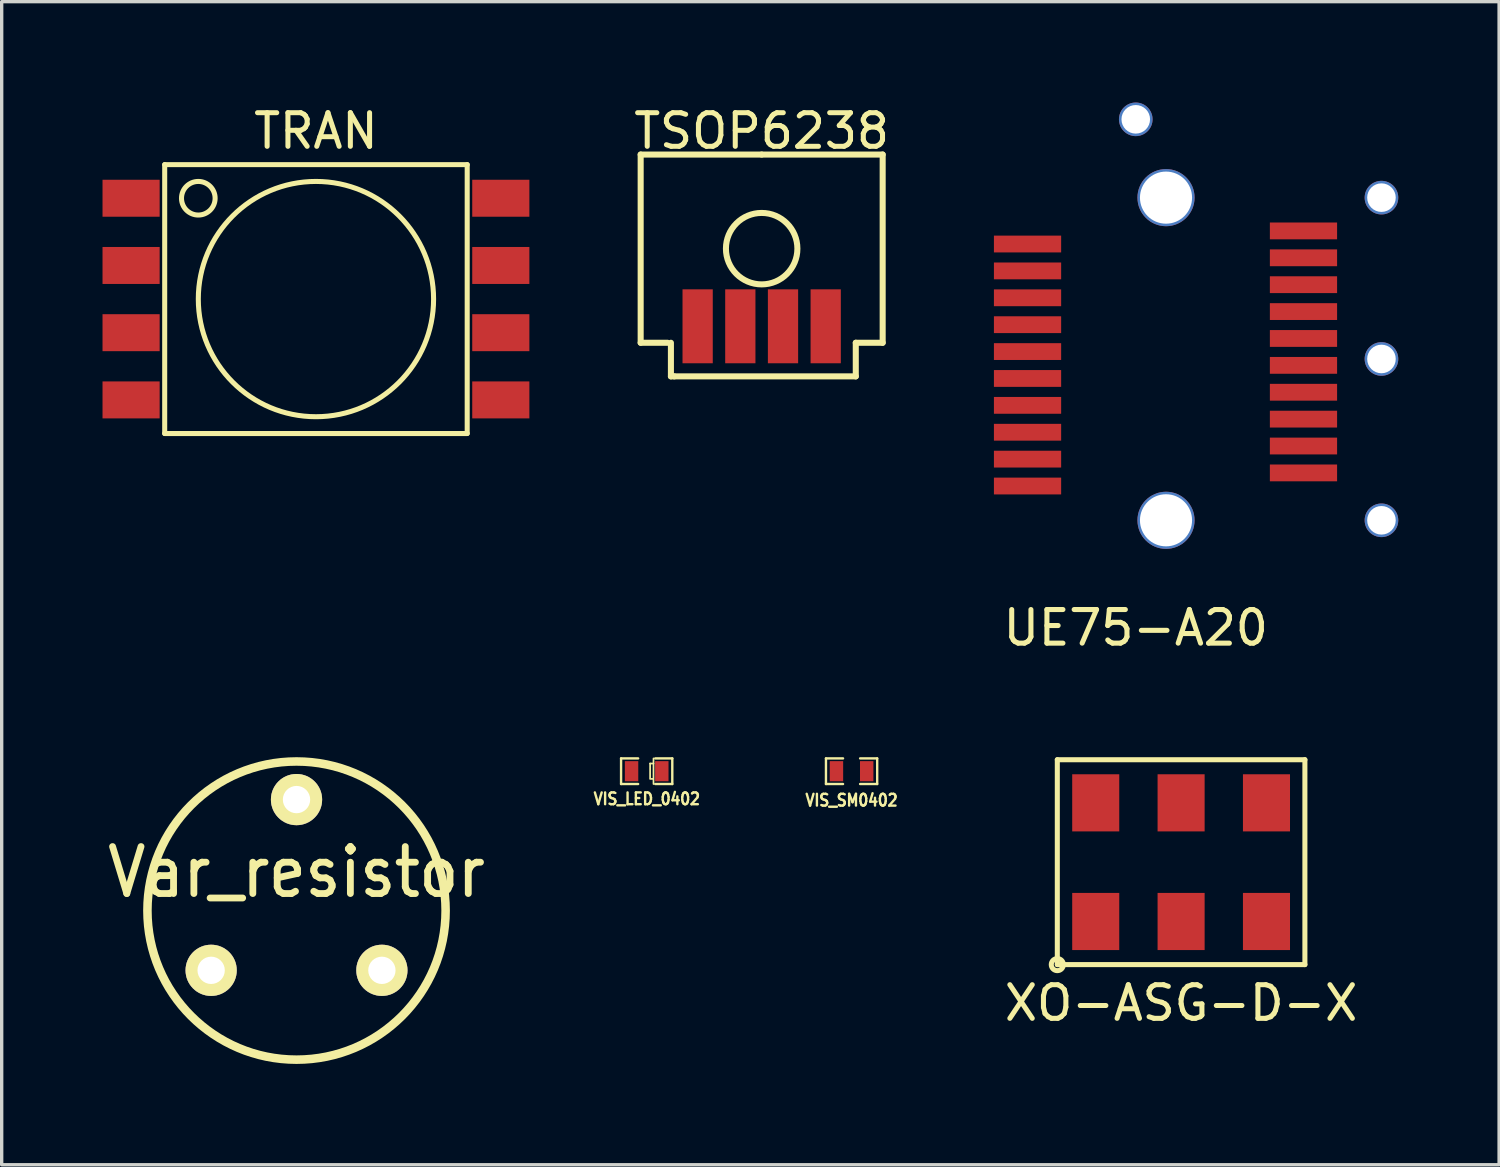
<source format=kicad_pcb>
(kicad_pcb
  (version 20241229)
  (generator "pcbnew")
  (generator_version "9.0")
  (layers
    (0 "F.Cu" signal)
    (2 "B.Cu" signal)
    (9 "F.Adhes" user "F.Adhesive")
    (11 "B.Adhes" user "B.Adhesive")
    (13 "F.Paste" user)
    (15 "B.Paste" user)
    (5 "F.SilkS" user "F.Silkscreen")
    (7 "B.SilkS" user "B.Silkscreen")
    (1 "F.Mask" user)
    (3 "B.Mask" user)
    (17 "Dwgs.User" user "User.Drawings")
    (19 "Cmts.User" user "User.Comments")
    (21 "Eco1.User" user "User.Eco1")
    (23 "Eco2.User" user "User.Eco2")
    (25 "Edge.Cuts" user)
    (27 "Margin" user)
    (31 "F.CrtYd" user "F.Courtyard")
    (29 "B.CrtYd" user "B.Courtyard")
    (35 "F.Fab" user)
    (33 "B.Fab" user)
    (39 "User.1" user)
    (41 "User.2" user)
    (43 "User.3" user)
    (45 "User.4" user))
  (footprint "TRAN"
    (layer "F.Cu")
    (at 6.35 5.848)
    (property "Reference" "TRAN" (at 0 -5 0) (layer "F.SilkS") (effects (font (size 1 1) (thickness 0.15))))
    (attr through_hole)
    (fp_line (start -4.5 -4) (end -4.5 4) (stroke (width 0.15) (type solid)) (layer "F.SilkS"))
    (fp_line (start -4.5 4) (end 4.5 4) (stroke (width 0.15) (type solid)) (layer "F.SilkS"))
    (fp_line (start 4.5 -4) (end -4.5 -4) (stroke (width 0.15) (type solid)) (layer "F.SilkS"))
    (fp_line (start 4.5 4) (end 4.5 -4) (stroke (width 0.15) (type solid)) (layer "F.SilkS"))
    (fp_circle (center -3.5 -3) (end -3 -3) (stroke (width 0.15) (type solid)) (fill no) (layer "F.SilkS"))
    (fp_circle (center 0 0) (end 0 -3.5) (stroke (width 0.15) (type solid)) (fill no) (layer "F.SilkS"))
    (pad "1" smd rect (at -5.5 -3) (size 1.7 1.1) (layers "F.Cu" "F.Mask" "F.Paste"))
    (pad "2" smd rect (at -5.5 -1) (size 1.7 1.1) (layers "F.Cu" "F.Mask" "F.Paste"))
    (pad "3" smd rect (at -5.5 1) (size 1.7 1.1) (layers "F.Cu" "F.Mask" "F.Paste"))
    (pad "4" smd rect (at -5.5 3) (size 1.7 1.1) (layers "F.Cu" "F.Mask" "F.Paste"))
    (pad "5" smd rect (at 5.5 3) (size 1.7 1.1) (layers "F.Cu" "F.Mask" "F.Paste"))
    (pad "6" smd rect (at 5.5 1) (size 1.7 1.1) (layers "F.Cu" "F.Mask" "F.Paste"))
    (pad "7" smd rect (at 5.5 -1) (size 1.7 1.1) (layers "F.Cu" "F.Mask" "F.Paste"))
    (pad "8" smd rect (at 5.5 -3) (size 1.7 1.1) (layers "F.Cu" "F.Mask" "F.Paste")))
  (footprint "Var_resistor"
    (layer "F.Cu")
    (at 5.772 23.279)
    (property "Reference" "Var_resistor" (at 0 -0.381 0) (layer "F.SilkS") (effects (font (size 1.397 1.27) (thickness 0.203))))
    (attr through_hole)
    (fp_circle (center 0 0.762) (end 4.318 1.778) (stroke (width 0.254) (type solid)) (fill no) (layer "F.SilkS"))
    (pad "1" thru_hole circle (at -2.54 2.54) (size 1.524 1.524) (drill 0.813) (layers "*.Cu" "*.Mask" "F.SilkS"))
    (pad "2" thru_hole circle (at 0 -2.54) (size 1.524 1.524) (drill 0.813) (layers "*.Cu" "*.Mask" "F.SilkS"))
    (pad "3" thru_hole circle (at 2.54 2.54) (size 1.524 1.524) (drill 0.813) (layers "*.Cu" "*.Mask" "F.SilkS")))
  (footprint "XO-ASG-D-X"
    (layer "F.Cu")
    (at 32.09 22.601)
    (property "Reference" "XO-ASG-D-X" (at 0 4.191 0) (layer "F.SilkS") (effects (font (size 1 1) (thickness 0.15))))
    (attr through_hole)
    (fp_line (start -3.683 -3.048) (end 3.683 -3.048) (stroke (width 0.15) (type solid)) (layer "F.SilkS"))
    (fp_line (start -3.683 3.048) (end -3.683 -3.048) (stroke (width 0.15) (type solid)) (layer "F.SilkS"))
    (fp_line (start 3.683 -3.048) (end 3.683 3.048) (stroke (width 0.15) (type solid)) (layer "F.SilkS"))
    (fp_line (start 3.683 3.048) (end -3.683 3.048) (stroke (width 0.15) (type solid)) (layer "F.SilkS"))
    (fp_circle (center -3.683 3.048) (end -3.81 3.175) (stroke (width 0.15) (type solid)) (fill no) (layer "F.SilkS"))
    (pad "1" smd rect (at -2.54 1.765) (size 1.4 1.7) (layers "F.Cu" "F.Mask" "F.Paste"))
    (pad "2" smd rect (at 0 1.765) (size 1.4 1.7) (layers "F.Cu" "F.Mask" "F.Paste"))
    (pad "3" smd rect (at 2.54 1.765) (size 1.4 1.7) (layers "F.Cu" "F.Mask" "F.Paste"))
    (pad "4" smd rect (at 2.54 -1.765) (size 1.4 1.7) (layers "F.Cu" "F.Mask" "F.Paste"))
    (pad "5" smd rect (at 0 -1.765) (size 1.4 1.7) (layers "F.Cu" "F.Mask" "F.Paste"))
    (pad "6" smd rect (at -2.54 -1.765) (size 1.4 1.7) (layers "F.Cu" "F.Mask" "F.Paste")))
  (footprint "VIS_LED_0402"
    (layer "F.Cu")
    (at 16.19 19.895)
    (property "Reference" "VIS_LED_0402" (at 0.005 0.823 0) (layer "F.SilkS") (effects (font (size 0.351 0.305) (thickness 0.071))))
    (attr smd)
    (fp_line (start -0.762 -0.381) (end -0.762 0.381) (stroke (width 0.071) (type solid)) (layer "F.SilkS"))
    (fp_line (start -0.762 0.381) (end -0.254 0.381) (stroke (width 0.071) (type solid)) (layer "F.SilkS"))
    (fp_line (start -0.254 -0.381) (end -0.762 -0.381) (stroke (width 0.071) (type solid)) (layer "F.SilkS"))
    (fp_line (start 0.102 -0.229) (end 0.203 -0.229) (stroke (width 0.051) (type solid)) (layer "F.SilkS"))
    (fp_line (start 0.102 0.203) (end 0.102 -0.229) (stroke (width 0.051) (type solid)) (layer "F.SilkS"))
    (fp_line (start 0.102 0.229) (end 0.178 0.229) (stroke (width 0.051) (type solid)) (layer "F.SilkS"))
    (fp_line (start 0.203 -0.381) (end 0.203 0.381) (stroke (width 0.051) (type solid)) (layer "F.SilkS"))
    (fp_line (start 0.254 -0.381) (end 0.762 -0.381) (stroke (width 0.071) (type solid)) (layer "F.SilkS"))
    (fp_line (start 0.762 -0.381) (end 0.762 0.381) (stroke (width 0.071) (type solid)) (layer "F.SilkS"))
    (fp_line (start 0.762 0.381) (end 0.254 0.381) (stroke (width 0.071) (type solid)) (layer "F.SilkS"))
    (pad "1" smd rect (at -0.45 0) (size 0.399 0.599) (layers "F.Cu" "F.Mask" "F.Paste"))
    (pad "2" smd rect (at 0.45 0) (size 0.399 0.599) (layers "F.Cu" "F.Mask" "F.Paste")))
  (footprint "TSOP6238"
    (layer "F.Cu")
    (at 19.611 4.348)
    (property "Reference" "TSOP6238" (at 0 -3.5 0) (layer "F.SilkS") (effects (font (size 1 1) (thickness 0.15))))
    (attr through_hole)
    (fp_line (start -3.6 -2.8) (end -3.6 2.8) (stroke (width 0.18) (type solid)) (layer "F.SilkS"))
    (fp_line (start -2.8 2.8) (end -3.6 2.8) (stroke (width 0.18) (type solid)) (layer "F.SilkS"))
    (fp_line (start -2.7 3.8) (end -2.7 2.8) (stroke (width 0.18) (type solid)) (layer "F.SilkS"))
    (fp_line (start -2.6 3.8) (end -2.7 3.8) (stroke (width 0.18) (type solid)) (layer "F.SilkS"))
    (fp_line (start 0 -2.8) (end -3.6 -2.8) (stroke (width 0.18) (type solid)) (layer "F.SilkS"))
    (fp_line (start 0 -2.8) (end 3.6 -2.8) (stroke (width 0.18) (type solid)) (layer "F.SilkS"))
    (fp_line (start 2.8 2.8) (end 2.8 3.8) (stroke (width 0.18) (type solid)) (layer "F.SilkS"))
    (fp_line (start 2.8 3.8) (end -2.6 3.8) (stroke (width 0.18) (type solid)) (layer "F.SilkS"))
    (fp_line (start 3.6 -2.8) (end 3.6 2.8) (stroke (width 0.18) (type solid)) (layer "F.SilkS"))
    (fp_line (start 3.6 2.8) (end 2.8 2.8) (stroke (width 0.18) (type solid)) (layer "F.SilkS"))
    (fp_circle (center 0 0) (end 0.7 -0.8) (stroke (width 0.18) (type solid)) (fill no) (layer "F.SilkS"))
    (pad "1" smd rect (at -1.905 2.31) (size 0.9 2.2) (layers "F.Cu" "F.Mask" "F.Paste"))
    (pad "2" smd rect (at -0.635 2.31) (size 0.9 2.2) (layers "F.Cu" "F.Mask" "F.Paste"))
    (pad "3" smd rect (at 0.635 2.31) (size 0.9 2.2) (layers "F.Cu" "F.Mask" "F.Paste"))
    (pad "4" smd rect (at 1.905 2.31) (size 0.9 2.2) (layers "F.Cu" "F.Mask" "F.Paste")))
  (footprint "UE75-A20"
    (layer "F.Cu")
    (at 30.741 7.63)
    (property "Reference" "UE75-A20" (at 0 8 0) (layer "F.SilkS") (effects (font (size 1 1) (thickness 0.15))))
    (attr through_hole)
    (pad "" thru_hole circle (at 0 -7.13) (size 1 1) (drill 0.85) (layers "*.Cu" "*.Mask"))
    (pad "" thru_hole circle (at 0.9 -4.8) (size 1.7 1.7) (drill 1.55) (layers "*.Cu" "*.Mask"))
    (pad "" thru_hole circle (at 0.9 4.8) (size 1.7 1.7) (drill 1.55) (layers "*.Cu" "*.Mask"))
    (pad "" thru_hole circle (at 7.31 -4.8) (size 1 1) (drill 0.85) (layers "*.Cu" "*.Mask"))
    (pad "" thru_hole circle (at 7.31 0) (size 1 1) (drill 0.85) (layers "*.Cu" "*.Mask"))
    (pad "" thru_hole circle (at 7.31 4.8) (size 1 1) (drill 0.85) (layers "*.Cu" "*.Mask"))
    (pad "1" smd rect (at -3.22 -3.42) (size 2 0.5) (layers "F.Cu" "F.Mask" "F.Paste"))
    (pad "2" smd rect (at -3.22 -2.62) (size 2 0.5) (layers "F.Cu" "F.Mask" "F.Paste"))
    (pad "3" smd rect (at -3.22 -1.82) (size 2 0.5) (layers "F.Cu" "F.Mask" "F.Paste"))
    (pad "4" smd rect (at -3.22 -1.02) (size 2 0.5) (layers "F.Cu" "F.Mask" "F.Paste"))
    (pad "5" smd rect (at -3.22 -0.22) (size 2 0.5) (layers "F.Cu" "F.Mask" "F.Paste"))
    (pad "6" smd rect (at -3.22 0.58) (size 2 0.5) (layers "F.Cu" "F.Mask" "F.Paste"))
    (pad "7" smd rect (at -3.22 1.38) (size 2 0.5) (layers "F.Cu" "F.Mask" "F.Paste"))
    (pad "8" smd rect (at -3.22 2.18) (size 2 0.5) (layers "F.Cu" "F.Mask" "F.Paste"))
    (pad "9" smd rect (at -3.22 2.98) (size 2 0.5) (layers "F.Cu" "F.Mask" "F.Paste"))
    (pad "10" smd rect (at -3.22 3.78) (size 2 0.5) (layers "F.Cu" "F.Mask" "F.Paste"))
    (pad "11" smd rect (at 4.99 3.39) (size 2 0.5) (layers "F.Cu" "F.Mask" "F.Paste"))
    (pad "12" smd rect (at 4.99 2.59) (size 2 0.5) (layers "F.Cu" "F.Mask" "F.Paste"))
    (pad "13" smd rect (at 4.99 1.79) (size 2 0.5) (layers "F.Cu" "F.Mask" "F.Paste"))
    (pad "14" smd rect (at 4.99 0.99) (size 2 0.5) (layers "F.Cu" "F.Mask" "F.Paste"))
    (pad "15" smd rect (at 4.99 0.19) (size 2 0.5) (layers "F.Cu" "F.Mask" "F.Paste"))
    (pad "16" smd rect (at 4.99 -0.61) (size 2 0.5) (layers "F.Cu" "F.Mask" "F.Paste"))
    (pad "17" smd rect (at 4.99 -1.41) (size 2 0.5) (layers "F.Cu" "F.Mask" "F.Paste"))
    (pad "18" smd rect (at 4.99 -2.21) (size 2 0.5) (layers "F.Cu" "F.Mask" "F.Paste"))
    (pad "19" smd rect (at 4.99 -3.01) (size 2 0.5) (layers "F.Cu" "F.Mask" "F.Paste"))
    (pad "20" smd rect (at 4.99 -3.81) (size 2 0.5) (layers "F.Cu" "F.Mask" "F.Paste")))
  (footprint "VIS_SM0402"
    (layer "F.Cu")
    (at 22.286 19.895)
    (property "Reference" "VIS_SM0402" (at 0 0.864 0) (layer "F.SilkS") (effects (font (size 0.351 0.305) (thickness 0.071))))
    (attr smd)
    (fp_line (start -0.762 -0.381) (end -0.762 0.381) (stroke (width 0.071) (type solid)) (layer "F.SilkS"))
    (fp_line (start -0.762 0.381) (end -0.254 0.381) (stroke (width 0.071) (type solid)) (layer "F.SilkS"))
    (fp_line (start -0.254 -0.381) (end -0.762 -0.381) (stroke (width 0.071) (type solid)) (layer "F.SilkS"))
    (fp_line (start 0.254 -0.381) (end 0.762 -0.381) (stroke (width 0.071) (type solid)) (layer "F.SilkS"))
    (fp_line (start 0.762 -0.381) (end 0.762 0.381) (stroke (width 0.071) (type solid)) (layer "F.SilkS"))
    (fp_line (start 0.762 0.381) (end 0.254 0.381) (stroke (width 0.071) (type solid)) (layer "F.SilkS"))
    (pad "1" smd rect (at -0.45 0) (size 0.399 0.599) (layers "F.Cu" "F.Mask" "F.Paste"))
    (pad "2" smd rect (at 0.45 0) (size 0.399 0.599) (layers "F.Cu" "F.Mask" "F.Paste")))
  (gr_rect
    (start -3 -3)
    (end 41.551 31.604)
    (stroke (width 0.1) (type default))
    (fill no)
    (layer "Edge.Cuts")))
</source>
